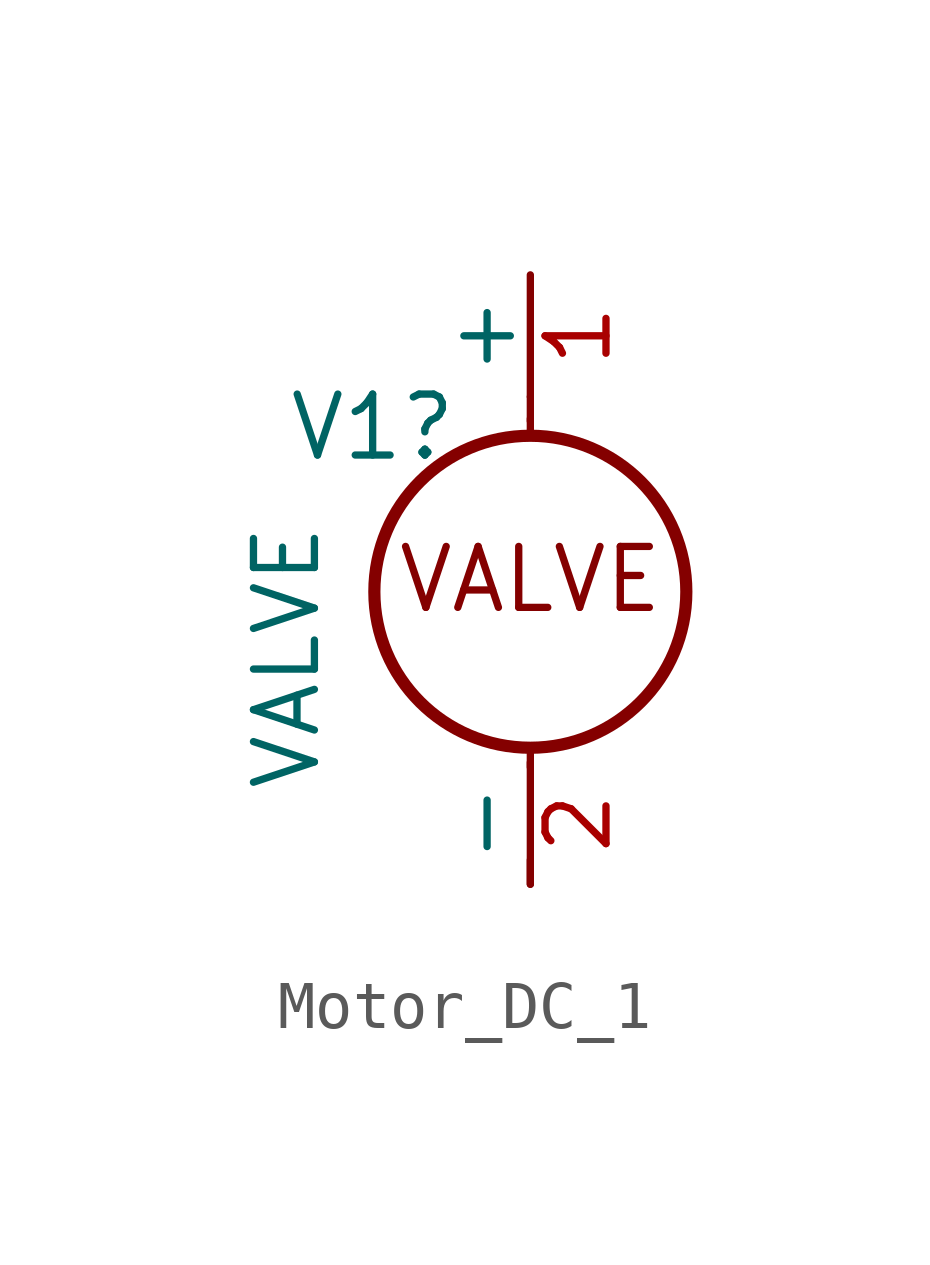
<source format=kicad_sym>
(kicad_symbol_lib
  (version 20220914)
  (generator kicad_symbol_editor)
  (symbol "Motor_DC_1"
    (pin_names
      (offset 0))
    (property "Reference" "V1"
      (at -5.08 1.905 0)
      (effects (font (size 1.27 1.27)) (justify left)))
    (property "Value" "VALVE"
      (at -5.08 -5.715 90)
      (effects (font (size 1.27 1.27)) (justify left)))
    (symbol "Motor_DC_1_0_1"
      (circle (center 0 -1.524) (radius 3.251) (stroke (width 0.254) (type default)) (fill (type none)))
      (polyline (pts (xy 0 -7.62) (xy 0 -7.112)) (stroke (width 0) (type default)) (fill (type none)))
      (polyline (pts (xy 0 -4.775) (xy 0 -5.182)) (stroke (width 0) (type default)) (fill (type none)))
      (polyline (pts (xy 0 1.727) (xy 0 2.083)) (stroke (width 0) (type default)) (fill (type none)))
      (polyline (pts (xy 0 2.032) (xy 0 2.54)) (stroke (width 0) (type default)) (fill (type none))))
    (symbol "Motor_DC_1_1_1"
      (text "VALVE" (at 0 -1.27 0) (effects (font (size 1.27 1.27))))
      (pin passive line (at 0 5.08 270) (length 2.54) (name "+" (effects (font (size 1.27 1.27)))) (number "1" (effects (font (size 1.27 1.27)))))
      (pin passive line (at 0 -7.62 90) (length 2.54) (name "-" (effects (font (size 1.27 1.27)))) (number "2" (effects (font (size 1.27 1.27))))))))
</source>
